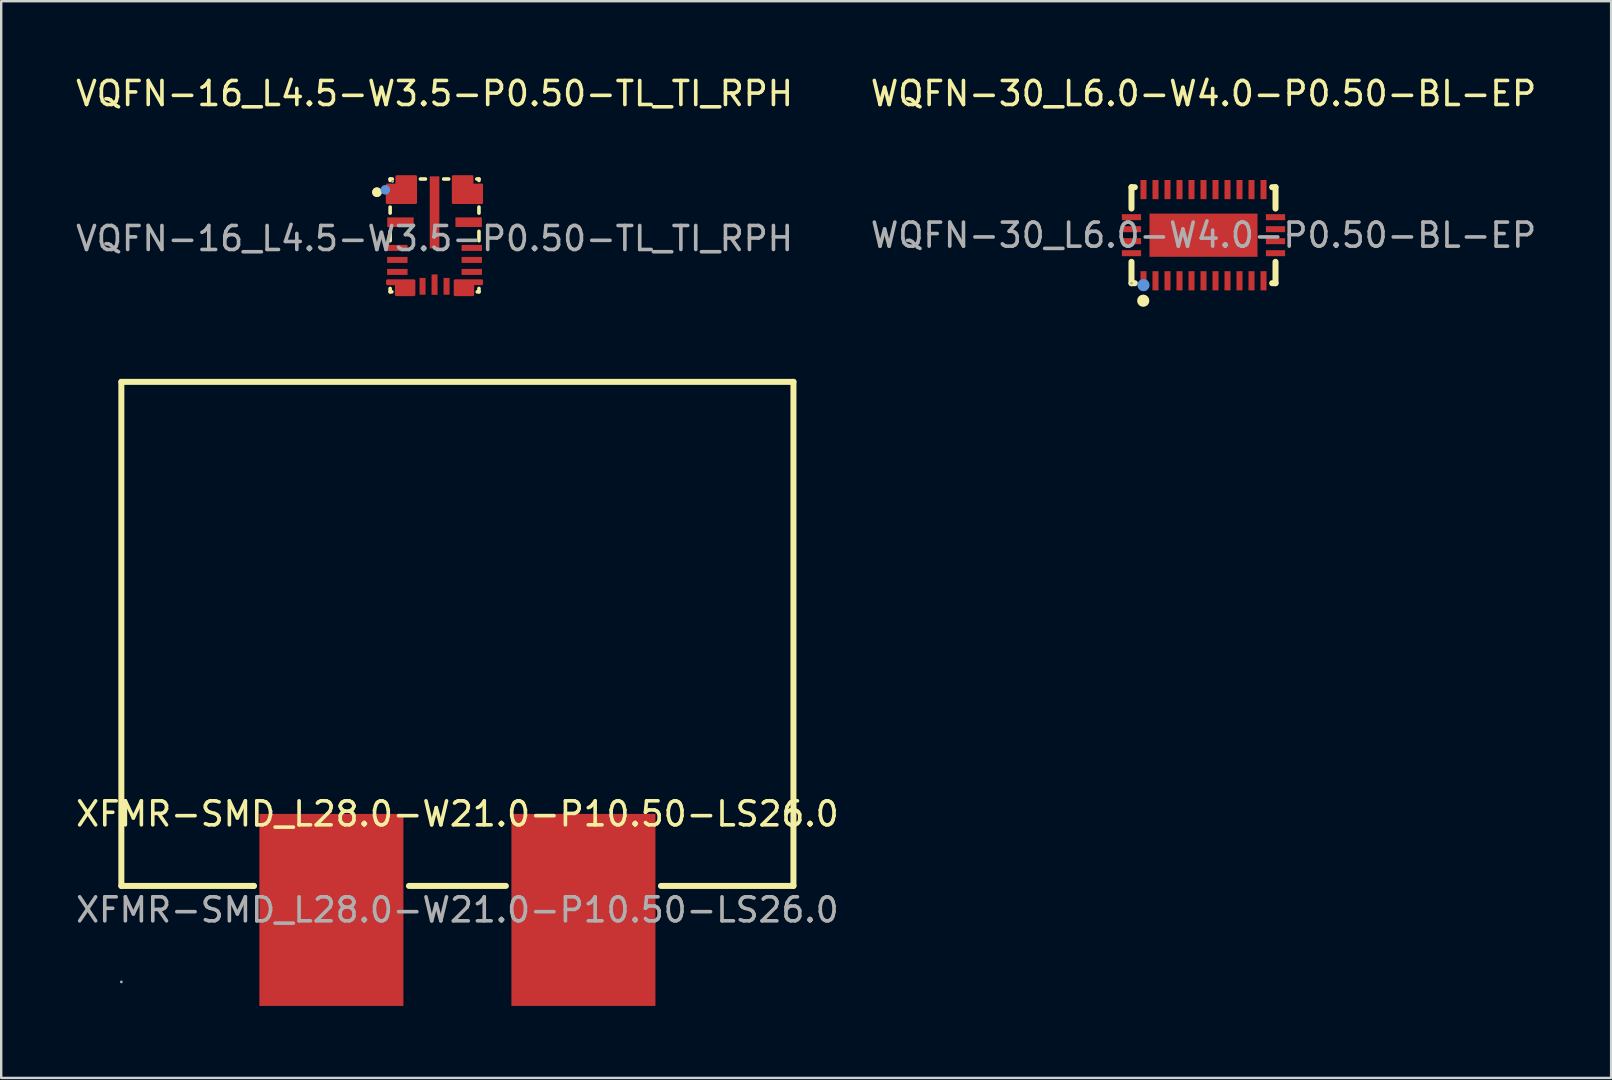
<source format=kicad_pcb>
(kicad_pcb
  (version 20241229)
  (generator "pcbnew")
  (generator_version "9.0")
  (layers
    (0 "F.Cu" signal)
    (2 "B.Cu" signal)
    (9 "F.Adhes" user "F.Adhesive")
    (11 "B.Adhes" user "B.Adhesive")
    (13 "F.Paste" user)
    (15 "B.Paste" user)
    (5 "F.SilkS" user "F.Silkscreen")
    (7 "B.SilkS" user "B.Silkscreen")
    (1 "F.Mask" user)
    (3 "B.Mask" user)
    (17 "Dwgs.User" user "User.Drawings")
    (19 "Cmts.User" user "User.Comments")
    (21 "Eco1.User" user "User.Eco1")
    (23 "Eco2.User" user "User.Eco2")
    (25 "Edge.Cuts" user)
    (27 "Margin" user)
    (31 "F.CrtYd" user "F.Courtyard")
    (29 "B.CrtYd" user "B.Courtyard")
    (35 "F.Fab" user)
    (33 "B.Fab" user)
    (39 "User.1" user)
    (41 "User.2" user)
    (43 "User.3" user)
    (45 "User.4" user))
  (footprint "XFMR-SMD_L28.0-W21.0-P10.50-LS26.0"
    (layer "F.Cu")
    (at 16.006 34.858)
    (property "Reference" "XFMR-SMD_L28.0-W21.0-P10.50-LS26.0" (at 0 -4 0) (layer "F.SilkS") (effects (font (size 1 1) (thickness 0.15))))
    (attr through_hole)
    (fp_line (start -14 -22) (end 14 -22) (stroke (width 0.25) (type solid)) (layer "F.SilkS"))
    (fp_line (start -14 -1) (end -14 -22) (stroke (width 0.25) (type solid)) (layer "F.SilkS"))
    (fp_line (start -8.48 -1) (end -14 -1) (stroke (width 0.25) (type solid)) (layer "F.SilkS"))
    (fp_line (start -8.48 -1) (end -8.55 -1) (stroke (width 0.25) (type solid)) (layer "F.SilkS"))
    (fp_line (start 2.02 -1) (end -2.02 -1) (stroke (width 0.25) (type solid)) (layer "F.SilkS"))
    (fp_line (start 14 -22) (end 14 -1) (stroke (width 0.25) (type solid)) (layer "F.SilkS"))
    (fp_line (start 14 -1) (end 8.48 -1) (stroke (width 0.25) (type solid)) (layer "F.SilkS"))
    (fp_circle (center -14 3) (end -13.97 3) (stroke (width 0.06) (type solid)) (fill no) (layer "F.Fab"))
    (fp_text user "${REFERENCE}" (at 0 0 0) (layer "F.Fab") (effects (font (size 1 1) (thickness 0.15))))
    (pad "1" smd rect (at -5.25 0) (size 6 8) (layers "F.Cu" "F.Mask" "F.Paste"))
    (pad "2" smd rect (at 5.25 0) (size 6 8) (layers "F.Cu" "F.Mask" "F.Paste")))
  (footprint "WQFN-30_L6.0-W4.0-P0.50-BL-EP"
    (layer "F.Cu")
    (at 47.089 6.748)
    (property "Reference" "WQFN-30_L6.0-W4.0-P0.50-BL-EP" (at 0 -5.9 0) (layer "F.SilkS") (effects (font (size 1 1) (thickness 0.15))))
    (attr smd)
    (fp_line (start -3 -2) (end -2.86 -2) (stroke (width 0.25) (type solid)) (layer "F.SilkS"))
    (fp_line (start -3 -1.11) (end -3 -2) (stroke (width 0.25) (type solid)) (layer "F.SilkS"))
    (fp_line (start -3 2) (end -3 1.11) (stroke (width 0.25) (type solid)) (layer "F.SilkS"))
    (fp_line (start -2.86 2) (end -3 2) (stroke (width 0.25) (type solid)) (layer "F.SilkS"))
    (fp_line (start 2.86 -2) (end 3 -2) (stroke (width 0.25) (type solid)) (layer "F.SilkS"))
    (fp_line (start 3 -2) (end 3 -1.11) (stroke (width 0.25) (type solid)) (layer "F.SilkS"))
    (fp_line (start 3 1.11) (end 3 2) (stroke (width 0.25) (type solid)) (layer "F.SilkS"))
    (fp_line (start 3 2) (end 2.86 2) (stroke (width 0.25) (type solid)) (layer "F.SilkS"))
    (fp_circle (center -2.51 2.73) (end -2.38 2.73) (stroke (width 0.25) (type solid)) (fill no) (layer "F.SilkS"))
    (fp_circle (center -2.5 2.08) (end -2.37 2.08) (stroke (width 0.25) (type solid)) (fill no) (layer "Cmts.User"))
    (fp_circle (center -3 2) (end -2.97 2) (stroke (width 0.06) (type solid)) (fill no) (layer "F.Fab"))
    (fp_text user "${REFERENCE}" (at 0 0 0) (layer "F.Fab") (effects (font (size 1 1) (thickness 0.15))))
    (pad "1" smd rect (at -2.5 1.9 180) (size 0.25 0.8) (layers "F.Cu" "F.Mask" "F.Paste"))
    (pad "2" smd rect (at -2 1.9 180) (size 0.25 0.8) (layers "F.Cu" "F.Mask" "F.Paste"))
    (pad "3" smd rect (at -1.5 1.9 180) (size 0.25 0.8) (layers "F.Cu" "F.Mask" "F.Paste"))
    (pad "4" smd rect (at -1 1.9 180) (size 0.25 0.8) (layers "F.Cu" "F.Mask" "F.Paste"))
    (pad "5" smd rect (at -0.5 1.9 180) (size 0.25 0.8) (layers "F.Cu" "F.Mask" "F.Paste"))
    (pad "6" smd rect (at 0 1.9 180) (size 0.25 0.8) (layers "F.Cu" "F.Mask" "F.Paste"))
    (pad "7" smd rect (at 0.5 1.9 180) (size 0.25 0.8) (layers "F.Cu" "F.Mask" "F.Paste"))
    (pad "8" smd rect (at 1 1.9 180) (size 0.25 0.8) (layers "F.Cu" "F.Mask" "F.Paste"))
    (pad "9" smd rect (at 1.5 1.9 180) (size 0.25 0.8) (layers "F.Cu" "F.Mask" "F.Paste"))
    (pad "10" smd rect (at 2 1.9 180) (size 0.25 0.8) (layers "F.Cu" "F.Mask" "F.Paste"))
    (pad "11" smd rect (at 2.5 1.9) (size 0.25 0.8) (layers "F.Cu" "F.Mask" "F.Paste"))
    (pad "12" smd rect (at 3 0.75 270) (size 0.25 0.8) (layers "F.Cu" "F.Mask" "F.Paste"))
    (pad "13" smd rect (at 3 0.25 270) (size 0.25 0.8) (layers "F.Cu" "F.Mask" "F.Paste"))
    (pad "14" smd rect (at 3 -0.25 270) (size 0.25 0.8) (layers "F.Cu" "F.Mask" "F.Paste"))
    (pad "15" smd rect (at 3 -0.75 270) (size 0.25 0.8) (layers "F.Cu" "F.Mask" "F.Paste"))
    (pad "16" smd rect (at 2.5 -1.9) (size 0.25 0.8) (layers "F.Cu" "F.Mask" "F.Paste"))
    (pad "17" smd rect (at 2 -1.9) (size 0.25 0.8) (layers "F.Cu" "F.Mask" "F.Paste"))
    (pad "18" smd rect (at 1.5 -1.9) (size 0.25 0.8) (layers "F.Cu" "F.Mask" "F.Paste"))
    (pad "19" smd rect (at 1 -1.9) (size 0.25 0.8) (layers "F.Cu" "F.Mask" "F.Paste"))
    (pad "20" smd rect (at 0.5 -1.9) (size 0.25 0.8) (layers "F.Cu" "F.Mask" "F.Paste"))
    (pad "21" smd rect (at 0 -1.9) (size 0.25 0.8) (layers "F.Cu" "F.Mask" "F.Paste"))
    (pad "22" smd rect (at -0.5 -1.9) (size 0.25 0.8) (layers "F.Cu" "F.Mask" "F.Paste"))
    (pad "23" smd rect (at -1 -1.9) (size 0.25 0.8) (layers "F.Cu" "F.Mask" "F.Paste"))
    (pad "24" smd rect (at -1.5 -1.9) (size 0.25 0.8) (layers "F.Cu" "F.Mask" "F.Paste"))
    (pad "25" smd rect (at -2 -1.9) (size 0.25 0.8) (layers "F.Cu" "F.Mask" "F.Paste"))
    (pad "26" smd rect (at -2.5 -1.9 180) (size 0.25 0.8) (layers "F.Cu" "F.Mask" "F.Paste"))
    (pad "27" smd rect (at -3 -0.75 90) (size 0.25 0.8) (layers "F.Cu" "F.Mask" "F.Paste"))
    (pad "28" smd rect (at -3 -0.25 90) (size 0.25 0.8) (layers "F.Cu" "F.Mask" "F.Paste"))
    (pad "29" smd rect (at -3 0.25 90) (size 0.25 0.8) (layers "F.Cu" "F.Mask" "F.Paste"))
    (pad "30" smd rect (at -3 0.75 90) (size 0.25 0.8) (layers "F.Cu" "F.Mask" "F.Paste"))
    (pad "31" smd rect (at 0 0 270) (size 1.8 4.5) (layers "F.Cu" "F.Mask" "F.Paste")))
  (footprint "VQFN-16_L4.5-W3.5-P0.50-TL_TI_RPH"
    (layer "F.Cu")
    (at 15.054 6.888)
    (property "Reference" "VQFN-16_L4.5-W3.5-P0.50-TL_TI_RPH" (at 0 -6.04 0) (layer "F.SilkS") (effects (font (size 1 1) (thickness 0.15))))
    (attr through_hole)
    (fp_line (start -1.85 -2.48) (end -1.85 -2.42) (stroke (width 0.15) (type solid)) (layer "F.SilkS"))
    (fp_line (start -1.85 -1.31) (end -1.85 -1.06) (stroke (width 0.15) (type solid)) (layer "F.SilkS"))
    (fp_line (start -1.85 -0.3) (end -1.85 0.09) (stroke (width 0.15) (type solid)) (layer "F.SilkS"))
    (fp_line (start -1.85 2.08) (end -1.85 2.22) (stroke (width 0.15) (type solid)) (layer "F.SilkS"))
    (fp_line (start -1.85 2.22) (end -1.78 2.22) (stroke (width 0.15) (type solid)) (layer "F.SilkS"))
    (fp_line (start -1.76 -2.48) (end -1.85 -2.48) (stroke (width 0.15) (type solid)) (layer "F.SilkS"))
    (fp_line (start -0.38 -2.48) (end -0.59 -2.48) (stroke (width 0.15) (type solid)) (layer "F.SilkS"))
    (fp_line (start 0.59 -2.48) (end 0.38 -2.48) (stroke (width 0.15) (type solid)) (layer "F.SilkS"))
    (fp_line (start 1.78 2.22) (end 1.85 2.22) (stroke (width 0.15) (type solid)) (layer "F.SilkS"))
    (fp_line (start 1.85 -2.48) (end 1.76 -2.48) (stroke (width 0.15) (type solid)) (layer "F.SilkS"))
    (fp_line (start 1.85 -2.42) (end 1.85 -2.48) (stroke (width 0.15) (type solid)) (layer "F.SilkS"))
    (fp_line (start 1.85 -1.06) (end 1.85 -1.31) (stroke (width 0.15) (type solid)) (layer "F.SilkS"))
    (fp_line (start 1.85 0.09) (end 1.85 -0.3) (stroke (width 0.15) (type solid)) (layer "F.SilkS"))
    (fp_line (start 1.85 2.22) (end 1.85 2.08) (stroke (width 0.15) (type solid)) (layer "F.SilkS"))
    (fp_circle (center -2.4 -1.93) (end -2.3 -1.93) (stroke (width 0.2) (type solid)) (fill no) (layer "F.SilkS"))
    (fp_circle (center -2.4 -1.93) (end -2.3 -1.93) (stroke (width 0.2) (type solid)) (fill no) (layer "F.SilkS"))
    (fp_circle (center -2.05 -2.03) (end -1.95 -2.03) (stroke (width 0.2) (type solid)) (fill no) (layer "Cmts.User"))
    (fp_circle (center -1.75 -2.38) (end -1.72 -2.38) (stroke (width 0.06) (type solid)) (fill no) (layer "F.Fab"))
    (fp_text user "${REFERENCE}" (at 0 0 0) (layer "F.Fab") (effects (font (size 1 1) (thickness 0.15))))
    (pad "1" smd custom (at -1.38 -2.04) (size 0.01 0.01) (layers "F.Cu" "F.Mask" "F.Paste") (options (anchor circle)) (primitives (gr_poly (pts (xy -0.6 -0.2) (xy -0.2 -0.2) (xy -0.2 -0.55) (xy 0.6 -0.55) (xy 0.6 0.55) (xy -0.6 0.55)) (width 0.1) (fill yes))))
    (pad "2" smd rect (at -1.42 -0.68) (size 1.1 0.4) (layers "F.Cu" "F.Mask" "F.Paste"))
    (pad "3" smd rect (at -1.55 0.39) (size 0.85 0.25) (layers "F.Cu" "F.Mask" "F.Paste"))
    (pad "4" smd rect (at -1.55 0.89) (size 0.85 0.25) (layers "F.Cu" "F.Mask" "F.Paste"))
    (pad "5" smd rect (at -1.55 1.39) (size 0.85 0.25) (layers "F.Cu" "F.Mask" "F.Paste"))
    (pad "6" smd custom (at -1.4 2.04) (size 0.01 0.01) (layers "F.Cu" "F.Mask" "F.Paste") (options (anchor circle)) (primitives (gr_poly (pts (xy -0.2 -0.15) (xy -0.57 -0.15) (xy -0.57 -0.29) (xy 0.55 -0.29) (xy 0.55 0.31) (xy -0.2 0.31)) (width 0.1) (fill yes))))
    (pad "7" smd rect (at -0.5 1.99) (size 0.25 0.7) (layers "F.Cu" "F.Mask" "F.Paste"))
    (pad "8" smd rect (at 0 1.92) (size 0.25 0.85) (layers "F.Cu" "F.Mask" "F.Paste"))
    (pad "9" smd rect (at 0.5 1.99) (size 0.25 0.7) (layers "F.Cu" "F.Mask" "F.Paste"))
    (pad "10" smd custom (at 1.4 2.04) (size 0.01 0.01) (layers "F.Cu" "F.Mask" "F.Paste") (options (anchor circle)) (primitives (gr_poly (pts (xy 0.2 -0.15) (xy 0.57 -0.15) (xy 0.57 -0.29) (xy -0.55 -0.29) (xy -0.55 0.31) (xy 0.2 0.31)) (width 0.1) (fill yes))))
    (pad "11" smd rect (at 1.55 1.39) (size 0.85 0.25) (layers "F.Cu" "F.Mask" "F.Paste"))
    (pad "12" smd rect (at 1.55 0.89) (size 0.85 0.25) (layers "F.Cu" "F.Mask" "F.Paste"))
    (pad "13" smd rect (at 1.55 0.39) (size 0.85 0.25) (layers "F.Cu" "F.Mask" "F.Paste"))
    (pad "14" smd rect (at 1.42 -0.68) (size 1.1 0.4) (layers "F.Cu" "F.Mask" "F.Paste"))
    (pad "15" smd custom (at 1.37 -2.04) (size 0.01 0.01) (layers "F.Cu" "F.Mask" "F.Paste") (options (anchor circle)) (primitives (gr_poly (pts (xy 0.6 -0.2) (xy 0.2 -0.2) (xy 0.2 -0.55) (xy -0.6 -0.55) (xy -0.6 0.55) (xy 0.6 0.55)) (width 0.1) (fill yes))))
    (pad "16" smd rect (at 0 -1.09) (size 0.4 3) (layers "F.Cu" "F.Mask" "F.Paste")))
  (gr_rect
    (start -3 -3)
    (end 64.071 41.858)
    (stroke (width 0.1) (type default))
    (fill no)
    (layer "Edge.Cuts")))
</source>
